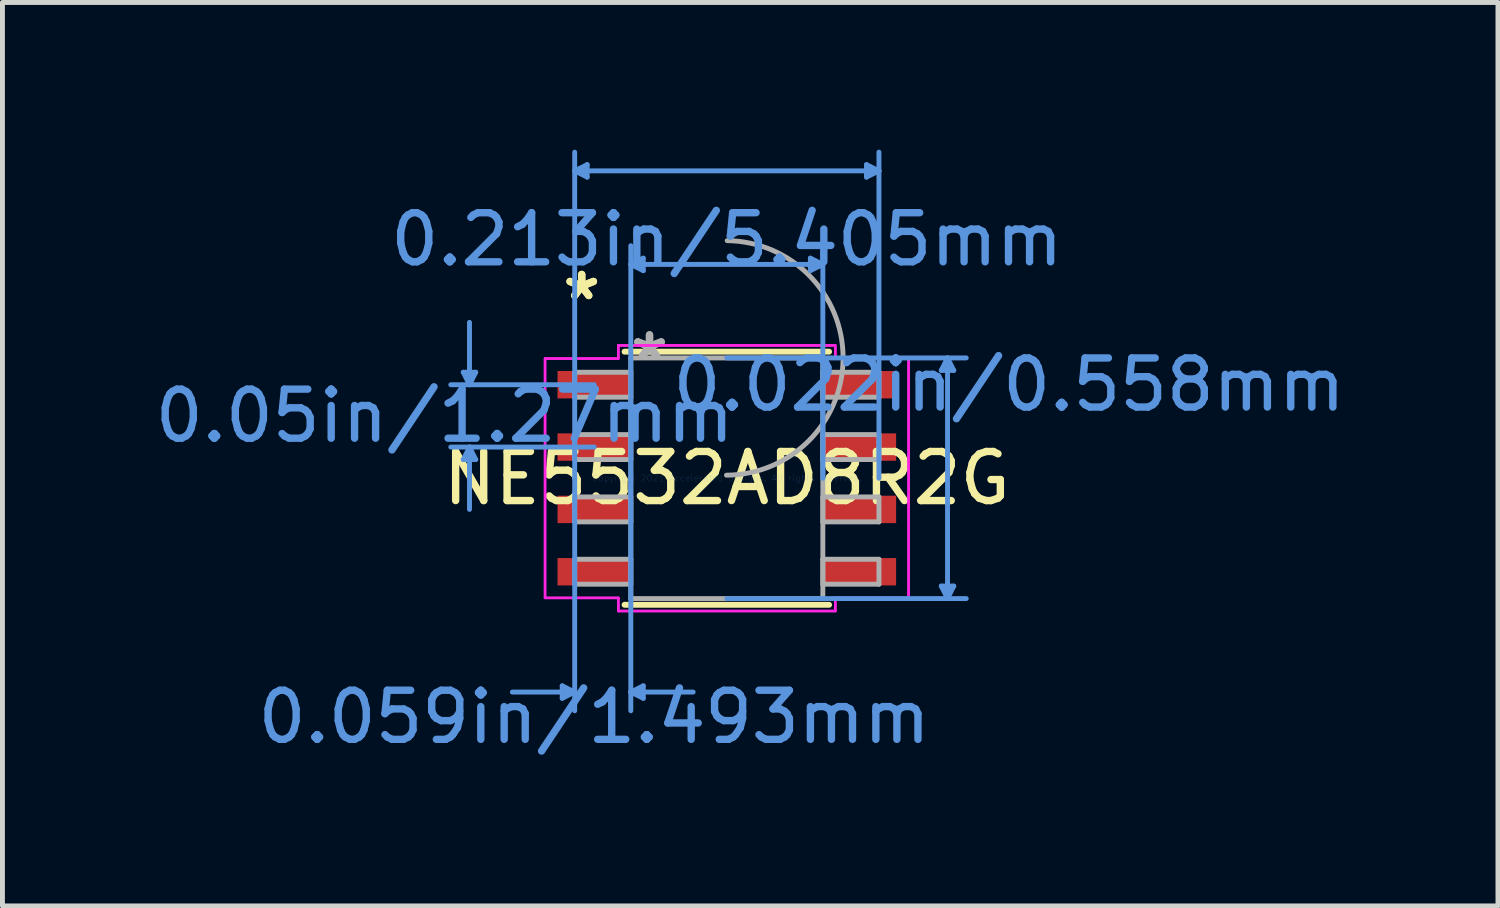
<source format=kicad_pcb>
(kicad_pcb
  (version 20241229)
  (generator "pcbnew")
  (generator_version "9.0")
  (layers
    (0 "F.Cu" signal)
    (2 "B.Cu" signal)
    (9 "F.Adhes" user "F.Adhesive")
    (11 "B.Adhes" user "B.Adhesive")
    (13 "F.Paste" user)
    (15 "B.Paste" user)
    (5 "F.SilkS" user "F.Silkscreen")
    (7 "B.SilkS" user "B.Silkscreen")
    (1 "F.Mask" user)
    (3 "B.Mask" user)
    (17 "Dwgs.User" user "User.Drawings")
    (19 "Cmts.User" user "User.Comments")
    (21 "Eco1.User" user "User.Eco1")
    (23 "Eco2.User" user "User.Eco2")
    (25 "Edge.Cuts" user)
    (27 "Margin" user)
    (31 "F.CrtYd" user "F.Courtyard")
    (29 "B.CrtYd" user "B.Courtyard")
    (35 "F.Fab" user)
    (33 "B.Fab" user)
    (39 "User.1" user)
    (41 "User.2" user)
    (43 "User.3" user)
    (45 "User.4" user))
  (footprint "NE5532AD8R2G"
    (layer "F.Cu")
    (at 11.756 6.692)
    (property "Reference" "NE5532AD8R2G" (at 0 0 0) (layer "F.SilkS") (effects (font (size 1 1) (thickness 0.15))))
    (attr through_hole)
    (fp_line (start -2.083 2.578) (end 2.083 2.578) (stroke (width 0.12) (type solid)) (layer "F.SilkS"))
    (fp_line (start 2.083 -2.578) (end -2.083 -2.578) (stroke (width 0.12) (type solid)) (layer "F.SilkS"))
    (fp_line (start -5.369 -2.159) (end -5.115 -2.159) (stroke (width 0.1) (type solid)) (layer "Cmts.User"))
    (fp_line (start -5.369 -0.381) (end -5.115 -0.381) (stroke (width 0.1) (type solid)) (layer "Cmts.User"))
    (fp_line (start -5.242 -1.905) (end -5.369 -2.159) (stroke (width 0.1) (type solid)) (layer "Cmts.User"))
    (fp_line (start -5.242 -1.905) (end -5.242 -3.175) (stroke (width 0.1) (type solid)) (layer "Cmts.User"))
    (fp_line (start -5.242 -1.905) (end -5.115 -2.159) (stroke (width 0.1) (type solid)) (layer "Cmts.User"))
    (fp_line (start -5.242 -0.635) (end -5.369 -0.381) (stroke (width 0.1) (type solid)) (layer "Cmts.User"))
    (fp_line (start -5.242 -0.635) (end -5.242 0.635) (stroke (width 0.1) (type solid)) (layer "Cmts.User"))
    (fp_line (start -5.242 -0.635) (end -5.115 -0.381) (stroke (width 0.1) (type solid)) (layer "Cmts.User"))
    (fp_line (start -3.353 4.229) (end -3.353 4.483) (stroke (width 0.1) (type solid)) (layer "Cmts.User"))
    (fp_line (start -3.099 -6.261) (end -2.845 -6.388) (stroke (width 0.1) (type solid)) (layer "Cmts.User"))
    (fp_line (start -3.099 -6.261) (end -2.845 -6.134) (stroke (width 0.1) (type solid)) (layer "Cmts.User"))
    (fp_line (start -3.099 -6.261) (end 3.099 -6.261) (stroke (width 0.1) (type solid)) (layer "Cmts.User"))
    (fp_line (start -3.099 0) (end -3.099 -6.642) (stroke (width 0.1) (type solid)) (layer "Cmts.User"))
    (fp_line (start -3.099 0) (end -3.099 4.737) (stroke (width 0.1) (type solid)) (layer "Cmts.User"))
    (fp_line (start -3.099 4.356) (end -4.369 4.356) (stroke (width 0.1) (type solid)) (layer "Cmts.User"))
    (fp_line (start -3.099 4.356) (end -3.353 4.229) (stroke (width 0.1) (type solid)) (layer "Cmts.User"))
    (fp_line (start -3.099 4.356) (end -3.353 4.483) (stroke (width 0.1) (type solid)) (layer "Cmts.User"))
    (fp_line (start -2.845 -6.388) (end -2.845 -6.134) (stroke (width 0.1) (type solid)) (layer "Cmts.User"))
    (fp_line (start -2.702 -1.905) (end -5.623 -1.905) (stroke (width 0.1) (type solid)) (layer "Cmts.User"))
    (fp_line (start -2.702 -0.635) (end -5.623 -0.635) (stroke (width 0.1) (type solid)) (layer "Cmts.User"))
    (fp_line (start -1.956 -4.356) (end -1.702 -4.483) (stroke (width 0.1) (type solid)) (layer "Cmts.User"))
    (fp_line (start -1.956 -4.356) (end -1.702 -4.229) (stroke (width 0.1) (type solid)) (layer "Cmts.User"))
    (fp_line (start -1.956 -4.356) (end 1.956 -4.356) (stroke (width 0.1) (type solid)) (layer "Cmts.User"))
    (fp_line (start -1.956 0) (end -1.956 -4.737) (stroke (width 0.1) (type solid)) (layer "Cmts.User"))
    (fp_line (start -1.956 0) (end -1.956 4.737) (stroke (width 0.1) (type solid)) (layer "Cmts.User"))
    (fp_line (start -1.956 4.356) (end -1.702 4.229) (stroke (width 0.1) (type solid)) (layer "Cmts.User"))
    (fp_line (start -1.956 4.356) (end -1.702 4.483) (stroke (width 0.1) (type solid)) (layer "Cmts.User"))
    (fp_line (start -1.956 4.356) (end -0.686 4.356) (stroke (width 0.1) (type solid)) (layer "Cmts.User"))
    (fp_line (start -1.702 -4.483) (end -1.702 -4.229) (stroke (width 0.1) (type solid)) (layer "Cmts.User"))
    (fp_line (start -1.702 4.229) (end -1.702 4.483) (stroke (width 0.1) (type solid)) (layer "Cmts.User"))
    (fp_line (start 0 -2.451) (end 4.877 -2.451) (stroke (width 0.1) (type solid)) (layer "Cmts.User"))
    (fp_line (start 0 2.451) (end 4.877 2.451) (stroke (width 0.1) (type solid)) (layer "Cmts.User"))
    (fp_line (start 1.702 -4.483) (end 1.702 -4.229) (stroke (width 0.1) (type solid)) (layer "Cmts.User"))
    (fp_line (start 1.956 -4.356) (end 1.702 -4.483) (stroke (width 0.1) (type solid)) (layer "Cmts.User"))
    (fp_line (start 1.956 -4.356) (end 1.702 -4.229) (stroke (width 0.1) (type solid)) (layer "Cmts.User"))
    (fp_line (start 1.956 0) (end 1.956 -4.737) (stroke (width 0.1) (type solid)) (layer "Cmts.User"))
    (fp_line (start 2.845 -6.388) (end 2.845 -6.134) (stroke (width 0.1) (type solid)) (layer "Cmts.User"))
    (fp_line (start 3.099 -6.261) (end 2.845 -6.388) (stroke (width 0.1) (type solid)) (layer "Cmts.User"))
    (fp_line (start 3.099 -6.261) (end 2.845 -6.134) (stroke (width 0.1) (type solid)) (layer "Cmts.User"))
    (fp_line (start 3.099 0) (end 3.099 -6.642) (stroke (width 0.1) (type solid)) (layer "Cmts.User"))
    (fp_line (start 4.369 -2.197) (end 4.623 -2.197) (stroke (width 0.1) (type solid)) (layer "Cmts.User"))
    (fp_line (start 4.369 2.197) (end 4.623 2.197) (stroke (width 0.1) (type solid)) (layer "Cmts.User"))
    (fp_line (start 4.496 -2.451) (end 4.369 -2.197) (stroke (width 0.1) (type solid)) (layer "Cmts.User"))
    (fp_line (start 4.496 -2.451) (end 4.496 2.451) (stroke (width 0.1) (type solid)) (layer "Cmts.User"))
    (fp_line (start 4.496 -2.451) (end 4.623 -2.197) (stroke (width 0.1) (type solid)) (layer "Cmts.User"))
    (fp_line (start 4.496 2.451) (end 4.369 2.197) (stroke (width 0.1) (type solid)) (layer "Cmts.User"))
    (fp_line (start 4.496 2.451) (end 4.623 2.197) (stroke (width 0.1) (type solid)) (layer "Cmts.User"))
    (fp_line (start -3.703 -2.438) (end -2.21 -2.438) (stroke (width 0.05) (type solid)) (layer "F.CrtYd"))
    (fp_line (start -3.703 -2.438) (end -2.21 -2.438) (stroke (width 0.05) (type solid)) (layer "F.CrtYd"))
    (fp_line (start -3.703 2.438) (end -3.703 -2.438) (stroke (width 0.05) (type solid)) (layer "F.CrtYd"))
    (fp_line (start -3.703 2.438) (end -3.703 -2.438) (stroke (width 0.05) (type solid)) (layer "F.CrtYd"))
    (fp_line (start -3.703 2.438) (end -2.21 2.438) (stroke (width 0.05) (type solid)) (layer "F.CrtYd"))
    (fp_line (start -2.21 -2.705) (end 2.21 -2.705) (stroke (width 0.05) (type solid)) (layer "F.CrtYd"))
    (fp_line (start -2.21 -2.705) (end 2.21 -2.705) (stroke (width 0.05) (type solid)) (layer "F.CrtYd"))
    (fp_line (start -2.21 -2.438) (end -2.21 -2.705) (stroke (width 0.05) (type solid)) (layer "F.CrtYd"))
    (fp_line (start -2.21 -2.438) (end -2.21 -2.705) (stroke (width 0.05) (type solid)) (layer "F.CrtYd"))
    (fp_line (start -2.21 2.438) (end -3.703 2.438) (stroke (width 0.05) (type solid)) (layer "F.CrtYd"))
    (fp_line (start -2.21 2.705) (end -2.21 2.438) (stroke (width 0.05) (type solid)) (layer "F.CrtYd"))
    (fp_line (start -2.21 2.705) (end -2.21 2.438) (stroke (width 0.05) (type solid)) (layer "F.CrtYd"))
    (fp_line (start 2.21 -2.705) (end 2.21 -2.438) (stroke (width 0.05) (type solid)) (layer "F.CrtYd"))
    (fp_line (start 2.21 -2.705) (end 2.21 -2.438) (stroke (width 0.05) (type solid)) (layer "F.CrtYd"))
    (fp_line (start 2.21 -2.438) (end 3.703 -2.438) (stroke (width 0.05) (type solid)) (layer "F.CrtYd"))
    (fp_line (start 2.21 2.438) (end 2.21 2.705) (stroke (width 0.05) (type solid)) (layer "F.CrtYd"))
    (fp_line (start 2.21 2.438) (end 2.21 2.705) (stroke (width 0.05) (type solid)) (layer "F.CrtYd"))
    (fp_line (start 2.21 2.705) (end -2.21 2.705) (stroke (width 0.05) (type solid)) (layer "F.CrtYd"))
    (fp_line (start 2.21 2.705) (end -2.21 2.705) (stroke (width 0.05) (type solid)) (layer "F.CrtYd"))
    (fp_line (start 3.703 -2.438) (end 2.21 -2.438) (stroke (width 0.05) (type solid)) (layer "F.CrtYd"))
    (fp_line (start 3.703 -2.438) (end 3.703 2.438) (stroke (width 0.05) (type solid)) (layer "F.CrtYd"))
    (fp_line (start 3.703 -2.438) (end 3.703 2.438) (stroke (width 0.05) (type solid)) (layer "F.CrtYd"))
    (fp_line (start 3.703 2.438) (end 2.21 2.438) (stroke (width 0.05) (type solid)) (layer "F.CrtYd"))
    (fp_line (start 3.703 2.438) (end 2.21 2.438) (stroke (width 0.05) (type solid)) (layer "F.CrtYd"))
    (fp_line (start -3.099 -2.159) (end -3.099 -1.651) (stroke (width 0.1) (type solid)) (layer "F.Fab"))
    (fp_line (start -3.099 -1.651) (end -1.956 -1.651) (stroke (width 0.1) (type solid)) (layer "F.Fab"))
    (fp_line (start -3.099 -0.889) (end -3.099 -0.381) (stroke (width 0.1) (type solid)) (layer "F.Fab"))
    (fp_line (start -3.099 -0.381) (end -1.956 -0.381) (stroke (width 0.1) (type solid)) (layer "F.Fab"))
    (fp_line (start -3.099 0.381) (end -3.099 0.889) (stroke (width 0.1) (type solid)) (layer "F.Fab"))
    (fp_line (start -3.099 0.889) (end -1.956 0.889) (stroke (width 0.1) (type solid)) (layer "F.Fab"))
    (fp_line (start -3.099 1.651) (end -3.099 2.159) (stroke (width 0.1) (type solid)) (layer "F.Fab"))
    (fp_line (start -3.099 2.159) (end -1.956 2.159) (stroke (width 0.1) (type solid)) (layer "F.Fab"))
    (fp_line (start -1.956 -2.451) (end -1.956 2.451) (stroke (width 0.1) (type solid)) (layer "F.Fab"))
    (fp_line (start -1.956 -2.159) (end -3.099 -2.159) (stroke (width 0.1) (type solid)) (layer "F.Fab"))
    (fp_line (start -1.956 -1.651) (end -1.956 -2.159) (stroke (width 0.1) (type solid)) (layer "F.Fab"))
    (fp_line (start -1.956 -0.889) (end -3.099 -0.889) (stroke (width 0.1) (type solid)) (layer "F.Fab"))
    (fp_line (start -1.956 -0.381) (end -1.956 -0.889) (stroke (width 0.1) (type solid)) (layer "F.Fab"))
    (fp_line (start -1.956 0.381) (end -3.099 0.381) (stroke (width 0.1) (type solid)) (layer "F.Fab"))
    (fp_line (start -1.956 0.889) (end -1.956 0.381) (stroke (width 0.1) (type solid)) (layer "F.Fab"))
    (fp_line (start -1.956 1.651) (end -3.099 1.651) (stroke (width 0.1) (type solid)) (layer "F.Fab"))
    (fp_line (start -1.956 2.159) (end -1.956 1.651) (stroke (width 0.1) (type solid)) (layer "F.Fab"))
    (fp_line (start -1.956 2.451) (end 1.956 2.451) (stroke (width 0.1) (type solid)) (layer "F.Fab"))
    (fp_line (start 1.956 -2.451) (end -1.956 -2.451) (stroke (width 0.1) (type solid)) (layer "F.Fab"))
    (fp_line (start 1.956 -2.159) (end 1.956 -1.651) (stroke (width 0.1) (type solid)) (layer "F.Fab"))
    (fp_line (start 1.956 -1.651) (end 3.099 -1.651) (stroke (width 0.1) (type solid)) (layer "F.Fab"))
    (fp_line (start 1.956 -0.889) (end 1.956 -0.381) (stroke (width 0.1) (type solid)) (layer "F.Fab"))
    (fp_line (start 1.956 -0.381) (end 3.099 -0.381) (stroke (width 0.1) (type solid)) (layer "F.Fab"))
    (fp_line (start 1.956 0.381) (end 1.956 0.889) (stroke (width 0.1) (type solid)) (layer "F.Fab"))
    (fp_line (start 1.956 0.889) (end 3.099 0.889) (stroke (width 0.1) (type solid)) (layer "F.Fab"))
    (fp_line (start 1.956 1.651) (end 1.956 2.159) (stroke (width 0.1) (type solid)) (layer "F.Fab"))
    (fp_line (start 1.956 2.159) (end 3.099 2.159) (stroke (width 0.1) (type solid)) (layer "F.Fab"))
    (fp_line (start 1.956 2.451) (end 1.956 -2.451) (stroke (width 0.1) (type solid)) (layer "F.Fab"))
    (fp_line (start 3.099 -2.159) (end 1.956 -2.159) (stroke (width 0.1) (type solid)) (layer "F.Fab"))
    (fp_line (start 3.099 -1.651) (end 3.099 -2.159) (stroke (width 0.1) (type solid)) (layer "F.Fab"))
    (fp_line (start 3.099 -0.889) (end 1.956 -0.889) (stroke (width 0.1) (type solid)) (layer "F.Fab"))
    (fp_line (start 3.099 -0.381) (end 3.099 -0.889) (stroke (width 0.1) (type solid)) (layer "F.Fab"))
    (fp_line (start 3.099 0.381) (end 1.956 0.381) (stroke (width 0.1) (type solid)) (layer "F.Fab"))
    (fp_line (start 3.099 0.889) (end 3.099 0.381) (stroke (width 0.1) (type solid)) (layer "F.Fab"))
    (fp_line (start 3.099 1.651) (end 1.956 1.651) (stroke (width 0.1) (type solid)) (layer "F.Fab"))
    (fp_line (start 3.099 2.159) (end 3.099 1.651) (stroke (width 0.1) (type solid)) (layer "F.Fab"))
    (fp_arc (start 0.007742 -4.839942) (mid 2.388842 -2.443358) (end -0.007742 -0.062258) (stroke (width 0.1) (type solid)) (layer "F.Fab"))
    (fp_text user "*" (at -2.956 -3.606 0) (layer "F.SilkS") (effects (font (size 1 1) (thickness 0.15))))
    (fp_text user "*" (at -2.956 -3.606 0) (layer "F.SilkS") (effects (font (size 1 1) (thickness 0.15))))
    (fp_text user "0.022in/0.558mm" (at 5.75 -1.905 0) (layer "Cmts.User") (effects (font (size 1 1) (thickness 0.15))))
    (fp_text user "0.059in/1.493mm" (at -2.702 4.864 0) (layer "Cmts.User") (effects (font (size 1 1) (thickness 0.15))))
    (fp_text user "0.213in/5.405mm" (at 0 -4.864 0) (layer "Cmts.User") (effects (font (size 1 1) (thickness 0.15))))
    (fp_text user "Copyright 2021 Accelerated Designs. All rights reserved." (at 0 0 0) (layer "Cmts.User") (effects (font (size 0.127 0.127) (thickness 0.002))))
    (fp_text user "0.05in/1.27mm" (at -5.75 -1.27 0) (layer "Cmts.User") (effects (font (size 1 1) (thickness 0.15))))
    (fp_text user "*" (at -1.575 -2.375 0) (layer "F.Fab") (effects (font (size 1 1) (thickness 0.15))))
    (fp_text user "*" (at -1.575 -2.375 0) (layer "F.Fab") (effects (font (size 1 1) (thickness 0.15))))
    (pad "1" smd rect (at -2.702 -1.905) (size 1.493 0.558) (layers "F.Cu" "F.Mask" "F.Paste"))
    (pad "2" smd rect (at -2.702 -0.635) (size 1.493 0.558) (layers "F.Cu" "F.Mask" "F.Paste"))
    (pad "3" smd rect (at -2.702 0.635) (size 1.493 0.558) (layers "F.Cu" "F.Mask" "F.Paste"))
    (pad "4" smd rect (at -2.702 1.905) (size 1.493 0.558) (layers "F.Cu" "F.Mask" "F.Paste"))
    (pad "5" smd rect (at 2.702 1.905) (size 1.493 0.558) (layers "F.Cu" "F.Mask" "F.Paste"))
    (pad "6" smd rect (at 2.702 0.635) (size 1.493 0.558) (layers "F.Cu" "F.Mask" "F.Paste"))
    (pad "7" smd rect (at 2.702 -0.635) (size 1.493 0.558) (layers "F.Cu" "F.Mask" "F.Paste"))
    (pad "8" smd rect (at 2.702 -1.905) (size 1.493 0.558) (layers "F.Cu" "F.Mask" "F.Paste")))
  (gr_rect
    (start -3 -3)
    (end 27.465 15.404)
    (stroke (width 0.1) (type default))
    (fill no)
    (layer "Edge.Cuts")))
</source>
